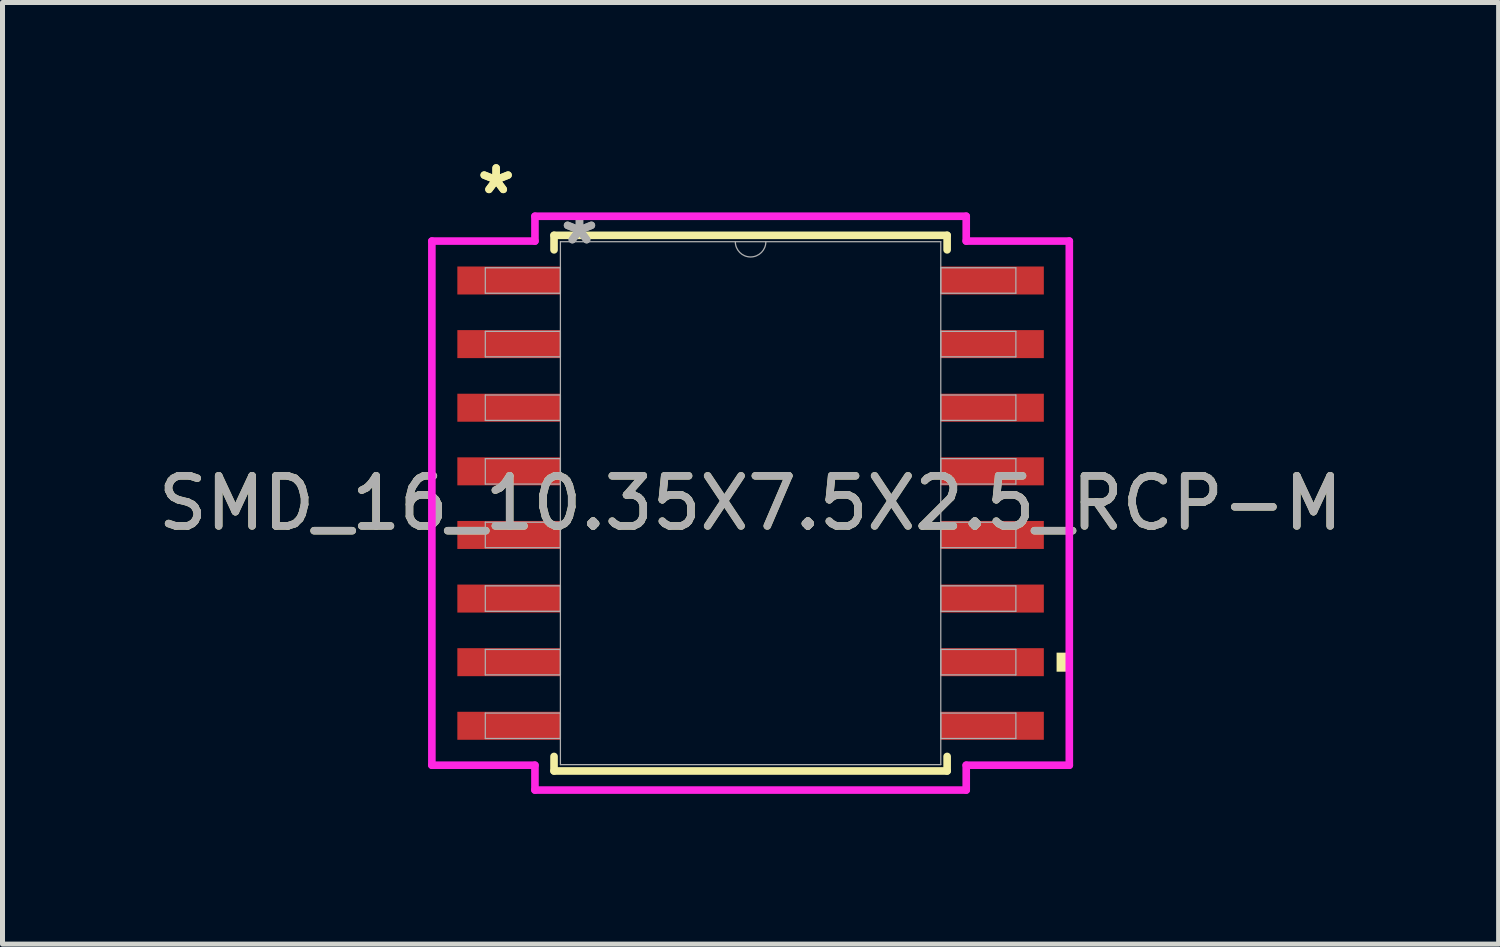
<source format=kicad_pcb>
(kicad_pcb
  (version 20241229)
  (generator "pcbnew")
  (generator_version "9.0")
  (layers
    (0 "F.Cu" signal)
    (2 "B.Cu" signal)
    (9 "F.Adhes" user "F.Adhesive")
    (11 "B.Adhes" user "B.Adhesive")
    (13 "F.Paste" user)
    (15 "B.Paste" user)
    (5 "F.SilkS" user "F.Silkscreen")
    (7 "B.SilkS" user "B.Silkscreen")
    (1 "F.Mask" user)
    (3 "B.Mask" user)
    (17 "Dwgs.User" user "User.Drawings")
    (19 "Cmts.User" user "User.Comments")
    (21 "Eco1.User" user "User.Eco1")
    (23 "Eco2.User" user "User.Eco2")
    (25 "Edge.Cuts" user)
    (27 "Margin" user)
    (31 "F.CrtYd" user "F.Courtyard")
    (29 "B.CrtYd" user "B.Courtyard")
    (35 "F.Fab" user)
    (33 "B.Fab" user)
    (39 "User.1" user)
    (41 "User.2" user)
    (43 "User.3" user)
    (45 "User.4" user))
  (footprint "SMD_16_10.35X7.5X2.5_RCP-M"
    (layer "F.Cu")
    (at 11.935 6.995)
    (property "Reference" "SMD_16_10.35X7.5X2.5_RCP-M" (at 0 0 0) (unlocked yes) (layer "F.SilkS") (effects (font (size 1 1) (thickness 0.15))))
    (attr smd)
    (fp_line (start -3.924 -5.347) (end -3.924 -5.057) (stroke (width 0.152) (type solid)) (layer "F.SilkS"))
    (fp_line (start -3.924 5.057) (end -3.924 5.347) (stroke (width 0.152) (type solid)) (layer "F.SilkS"))
    (fp_line (start -3.924 5.347) (end 3.924 5.347) (stroke (width 0.152) (type solid)) (layer "F.SilkS"))
    (fp_line (start 3.924 -5.347) (end -3.924 -5.347) (stroke (width 0.152) (type solid)) (layer "F.SilkS"))
    (fp_line (start 3.924 -5.057) (end 3.924 -5.347) (stroke (width 0.152) (type solid)) (layer "F.SilkS"))
    (fp_line (start 3.924 5.347) (end 3.924 5.057) (stroke (width 0.152) (type solid)) (layer "F.SilkS"))
    (fp_poly (pts (xy 6.363 2.985) (xy 6.363 3.365) (xy 6.109 3.365) (xy 6.109 2.985)) (stroke (width 0) (type solid)) (fill yes) (layer "F.SilkS"))
    (fp_line (start -6.363 -5.232) (end -4.305 -5.232) (stroke (width 0.152) (type solid)) (layer "F.CrtYd"))
    (fp_line (start -6.363 5.232) (end -6.363 -5.232) (stroke (width 0.152) (type solid)) (layer "F.CrtYd"))
    (fp_line (start -6.363 5.232) (end -4.305 5.232) (stroke (width 0.152) (type solid)) (layer "F.CrtYd"))
    (fp_line (start -4.305 -5.728) (end 4.305 -5.728) (stroke (width 0.152) (type solid)) (layer "F.CrtYd"))
    (fp_line (start -4.305 -5.232) (end -4.305 -5.728) (stroke (width 0.152) (type solid)) (layer "F.CrtYd"))
    (fp_line (start -4.305 5.728) (end -4.305 5.232) (stroke (width 0.152) (type solid)) (layer "F.CrtYd"))
    (fp_line (start 4.305 -5.728) (end 4.305 -5.232) (stroke (width 0.152) (type solid)) (layer "F.CrtYd"))
    (fp_line (start 4.305 5.232) (end 4.305 5.728) (stroke (width 0.152) (type solid)) (layer "F.CrtYd"))
    (fp_line (start 4.305 5.728) (end -4.305 5.728) (stroke (width 0.152) (type solid)) (layer "F.CrtYd"))
    (fp_line (start 6.363 -5.232) (end 4.305 -5.232) (stroke (width 0.152) (type solid)) (layer "F.CrtYd"))
    (fp_line (start 6.363 -5.232) (end 6.363 5.232) (stroke (width 0.152) (type solid)) (layer "F.CrtYd"))
    (fp_line (start 6.363 5.232) (end 4.305 5.232) (stroke (width 0.152) (type solid)) (layer "F.CrtYd"))
    (fp_line (start -5.296 -4.699) (end -5.296 -4.191) (stroke (width 0.025) (type solid)) (layer "F.Fab"))
    (fp_line (start -5.296 -4.191) (end -3.797 -4.191) (stroke (width 0.025) (type solid)) (layer "F.Fab"))
    (fp_line (start -5.296 -3.429) (end -5.296 -2.921) (stroke (width 0.025) (type solid)) (layer "F.Fab"))
    (fp_line (start -5.296 -2.921) (end -3.797 -2.921) (stroke (width 0.025) (type solid)) (layer "F.Fab"))
    (fp_line (start -5.296 -2.159) (end -5.296 -1.651) (stroke (width 0.025) (type solid)) (layer "F.Fab"))
    (fp_line (start -5.296 -1.651) (end -3.797 -1.651) (stroke (width 0.025) (type solid)) (layer "F.Fab"))
    (fp_line (start -5.296 -0.889) (end -5.296 -0.381) (stroke (width 0.025) (type solid)) (layer "F.Fab"))
    (fp_line (start -5.296 -0.381) (end -3.797 -0.381) (stroke (width 0.025) (type solid)) (layer "F.Fab"))
    (fp_line (start -5.296 0.381) (end -5.296 0.889) (stroke (width 0.025) (type solid)) (layer "F.Fab"))
    (fp_line (start -5.296 0.889) (end -3.797 0.889) (stroke (width 0.025) (type solid)) (layer "F.Fab"))
    (fp_line (start -5.296 1.651) (end -5.296 2.159) (stroke (width 0.025) (type solid)) (layer "F.Fab"))
    (fp_line (start -5.296 2.159) (end -3.797 2.159) (stroke (width 0.025) (type solid)) (layer "F.Fab"))
    (fp_line (start -5.296 2.921) (end -5.296 3.429) (stroke (width 0.025) (type solid)) (layer "F.Fab"))
    (fp_line (start -5.296 3.429) (end -3.797 3.429) (stroke (width 0.025) (type solid)) (layer "F.Fab"))
    (fp_line (start -5.296 4.191) (end -5.296 4.699) (stroke (width 0.025) (type solid)) (layer "F.Fab"))
    (fp_line (start -5.296 4.699) (end -3.797 4.699) (stroke (width 0.025) (type solid)) (layer "F.Fab"))
    (fp_line (start -3.797 -5.22) (end -3.797 5.22) (stroke (width 0.025) (type solid)) (layer "F.Fab"))
    (fp_line (start -3.797 -4.699) (end -5.296 -4.699) (stroke (width 0.025) (type solid)) (layer "F.Fab"))
    (fp_line (start -3.797 -4.191) (end -3.797 -4.699) (stroke (width 0.025) (type solid)) (layer "F.Fab"))
    (fp_line (start -3.797 -3.429) (end -5.296 -3.429) (stroke (width 0.025) (type solid)) (layer "F.Fab"))
    (fp_line (start -3.797 -2.921) (end -3.797 -3.429) (stroke (width 0.025) (type solid)) (layer "F.Fab"))
    (fp_line (start -3.797 -2.159) (end -5.296 -2.159) (stroke (width 0.025) (type solid)) (layer "F.Fab"))
    (fp_line (start -3.797 -1.651) (end -3.797 -2.159) (stroke (width 0.025) (type solid)) (layer "F.Fab"))
    (fp_line (start -3.797 -0.889) (end -5.296 -0.889) (stroke (width 0.025) (type solid)) (layer "F.Fab"))
    (fp_line (start -3.797 -0.381) (end -3.797 -0.889) (stroke (width 0.025) (type solid)) (layer "F.Fab"))
    (fp_line (start -3.797 0.381) (end -5.296 0.381) (stroke (width 0.025) (type solid)) (layer "F.Fab"))
    (fp_line (start -3.797 0.889) (end -3.797 0.381) (stroke (width 0.025) (type solid)) (layer "F.Fab"))
    (fp_line (start -3.797 1.651) (end -5.296 1.651) (stroke (width 0.025) (type solid)) (layer "F.Fab"))
    (fp_line (start -3.797 2.159) (end -3.797 1.651) (stroke (width 0.025) (type solid)) (layer "F.Fab"))
    (fp_line (start -3.797 2.921) (end -5.296 2.921) (stroke (width 0.025) (type solid)) (layer "F.Fab"))
    (fp_line (start -3.797 3.429) (end -3.797 2.921) (stroke (width 0.025) (type solid)) (layer "F.Fab"))
    (fp_line (start -3.797 4.191) (end -5.296 4.191) (stroke (width 0.025) (type solid)) (layer "F.Fab"))
    (fp_line (start -3.797 4.699) (end -3.797 4.191) (stroke (width 0.025) (type solid)) (layer "F.Fab"))
    (fp_line (start -3.797 5.22) (end 3.797 5.22) (stroke (width 0.025) (type solid)) (layer "F.Fab"))
    (fp_line (start 3.797 -5.22) (end -3.797 -5.22) (stroke (width 0.025) (type solid)) (layer "F.Fab"))
    (fp_line (start 3.797 -4.699) (end 3.797 -4.191) (stroke (width 0.025) (type solid)) (layer "F.Fab"))
    (fp_line (start 3.797 -4.191) (end 5.296 -4.191) (stroke (width 0.025) (type solid)) (layer "F.Fab"))
    (fp_line (start 3.797 -3.429) (end 3.797 -2.921) (stroke (width 0.025) (type solid)) (layer "F.Fab"))
    (fp_line (start 3.797 -2.921) (end 5.296 -2.921) (stroke (width 0.025) (type solid)) (layer "F.Fab"))
    (fp_line (start 3.797 -2.159) (end 3.797 -1.651) (stroke (width 0.025) (type solid)) (layer "F.Fab"))
    (fp_line (start 3.797 -1.651) (end 5.296 -1.651) (stroke (width 0.025) (type solid)) (layer "F.Fab"))
    (fp_line (start 3.797 -0.889) (end 3.797 -0.381) (stroke (width 0.025) (type solid)) (layer "F.Fab"))
    (fp_line (start 3.797 -0.381) (end 5.296 -0.381) (stroke (width 0.025) (type solid)) (layer "F.Fab"))
    (fp_line (start 3.797 0.381) (end 3.797 0.889) (stroke (width 0.025) (type solid)) (layer "F.Fab"))
    (fp_line (start 3.797 0.889) (end 5.296 0.889) (stroke (width 0.025) (type solid)) (layer "F.Fab"))
    (fp_line (start 3.797 1.651) (end 3.797 2.159) (stroke (width 0.025) (type solid)) (layer "F.Fab"))
    (fp_line (start 3.797 2.159) (end 5.296 2.159) (stroke (width 0.025) (type solid)) (layer "F.Fab"))
    (fp_line (start 3.797 2.921) (end 3.797 3.429) (stroke (width 0.025) (type solid)) (layer "F.Fab"))
    (fp_line (start 3.797 3.429) (end 5.296 3.429) (stroke (width 0.025) (type solid)) (layer "F.Fab"))
    (fp_line (start 3.797 4.191) (end 3.797 4.699) (stroke (width 0.025) (type solid)) (layer "F.Fab"))
    (fp_line (start 3.797 4.699) (end 5.296 4.699) (stroke (width 0.025) (type solid)) (layer "F.Fab"))
    (fp_line (start 3.797 5.22) (end 3.797 -5.22) (stroke (width 0.025) (type solid)) (layer "F.Fab"))
    (fp_line (start 5.296 -4.699) (end 3.797 -4.699) (stroke (width 0.025) (type solid)) (layer "F.Fab"))
    (fp_line (start 5.296 -4.191) (end 5.296 -4.699) (stroke (width 0.025) (type solid)) (layer "F.Fab"))
    (fp_line (start 5.296 -3.429) (end 3.797 -3.429) (stroke (width 0.025) (type solid)) (layer "F.Fab"))
    (fp_line (start 5.296 -2.921) (end 5.296 -3.429) (stroke (width 0.025) (type solid)) (layer "F.Fab"))
    (fp_line (start 5.296 -2.159) (end 3.797 -2.159) (stroke (width 0.025) (type solid)) (layer "F.Fab"))
    (fp_line (start 5.296 -1.651) (end 5.296 -2.159) (stroke (width 0.025) (type solid)) (layer "F.Fab"))
    (fp_line (start 5.296 -0.889) (end 3.797 -0.889) (stroke (width 0.025) (type solid)) (layer "F.Fab"))
    (fp_line (start 5.296 -0.381) (end 5.296 -0.889) (stroke (width 0.025) (type solid)) (layer "F.Fab"))
    (fp_line (start 5.296 0.381) (end 3.797 0.381) (stroke (width 0.025) (type solid)) (layer "F.Fab"))
    (fp_line (start 5.296 0.889) (end 5.296 0.381) (stroke (width 0.025) (type solid)) (layer "F.Fab"))
    (fp_line (start 5.296 1.651) (end 3.797 1.651) (stroke (width 0.025) (type solid)) (layer "F.Fab"))
    (fp_line (start 5.296 2.159) (end 5.296 1.651) (stroke (width 0.025) (type solid)) (layer "F.Fab"))
    (fp_line (start 5.296 2.921) (end 3.797 2.921) (stroke (width 0.025) (type solid)) (layer "F.Fab"))
    (fp_line (start 5.296 3.429) (end 5.296 2.921) (stroke (width 0.025) (type solid)) (layer "F.Fab"))
    (fp_line (start 5.296 4.191) (end 3.797 4.191) (stroke (width 0.025) (type solid)) (layer "F.Fab"))
    (fp_line (start 5.296 4.699) (end 5.296 4.191) (stroke (width 0.025) (type solid)) (layer "F.Fab"))
    (fp_arc (start 0.3048 -5.2197) (mid 0 -4.9149) (end -0.3048 -5.2197) (stroke (width 0.0254) (type solid)) (layer "F.Fab"))
    (fp_text user "*" (at -5.08 -6.147 0) (unlocked yes) (layer "F.SilkS") (effects (font (size 1 1) (thickness 0.15))))
    (fp_text user "*" (at -5.08 -6.147 0) (layer "F.SilkS") (effects (font (size 1 1) (thickness 0.15))))
    (fp_text user "${REFERENCE}" (at 0 0 0) (unlocked yes) (layer "F.Fab") (effects (font (size 1 1) (thickness 0.15))))
    (fp_text user "*" (at -3.416 -5.144 0) (layer "F.Fab") (effects (font (size 1 1) (thickness 0.15))))
    (fp_text user "*" (at -3.416 -5.144 0) (unlocked yes) (layer "F.Fab") (effects (font (size 1 1) (thickness 0.15))))
    (pad "1" smd rect (at -4.826 -4.445) (size 2.057 0.559) (layers "F.Cu" "F.Mask" "F.Paste"))
    (pad "2" smd rect (at -4.826 -3.175) (size 2.057 0.559) (layers "F.Cu" "F.Mask" "F.Paste"))
    (pad "3" smd rect (at -4.826 -1.905) (size 2.057 0.559) (layers "F.Cu" "F.Mask" "F.Paste"))
    (pad "4" smd rect (at -4.826 -0.635) (size 2.057 0.559) (layers "F.Cu" "F.Mask" "F.Paste"))
    (pad "5" smd rect (at -4.826 0.635) (size 2.057 0.559) (layers "F.Cu" "F.Mask" "F.Paste"))
    (pad "6" smd rect (at -4.826 1.905) (size 2.057 0.559) (layers "F.Cu" "F.Mask" "F.Paste"))
    (pad "7" smd rect (at -4.826 3.175) (size 2.057 0.559) (layers "F.Cu" "F.Mask" "F.Paste"))
    (pad "8" smd rect (at -4.826 4.445) (size 2.057 0.559) (layers "F.Cu" "F.Mask" "F.Paste"))
    (pad "9" smd rect (at 4.826 4.445) (size 2.057 0.559) (layers "F.Cu" "F.Mask" "F.Paste"))
    (pad "10" smd rect (at 4.826 3.175) (size 2.057 0.559) (layers "F.Cu" "F.Mask" "F.Paste"))
    (pad "11" smd rect (at 4.826 1.905) (size 2.057 0.559) (layers "F.Cu" "F.Mask" "F.Paste"))
    (pad "12" smd rect (at 4.826 0.635) (size 2.057 0.559) (layers "F.Cu" "F.Mask" "F.Paste"))
    (pad "13" smd rect (at 4.826 -0.635) (size 2.057 0.559) (layers "F.Cu" "F.Mask" "F.Paste"))
    (pad "14" smd rect (at 4.826 -1.905) (size 2.057 0.559) (layers "F.Cu" "F.Mask" "F.Paste"))
    (pad "15" smd rect (at 4.826 -3.175) (size 2.057 0.559) (layers "F.Cu" "F.Mask" "F.Paste"))
    (pad "16" smd rect (at 4.826 -4.445) (size 2.057 0.559) (layers "F.Cu" "F.Mask" "F.Paste")))
  (gr_rect
    (start -3 -3)
    (end 26.869 15.799)
    (stroke (width 0.1) (type default))
    (fill no)
    (layer "Edge.Cuts")))
</source>
